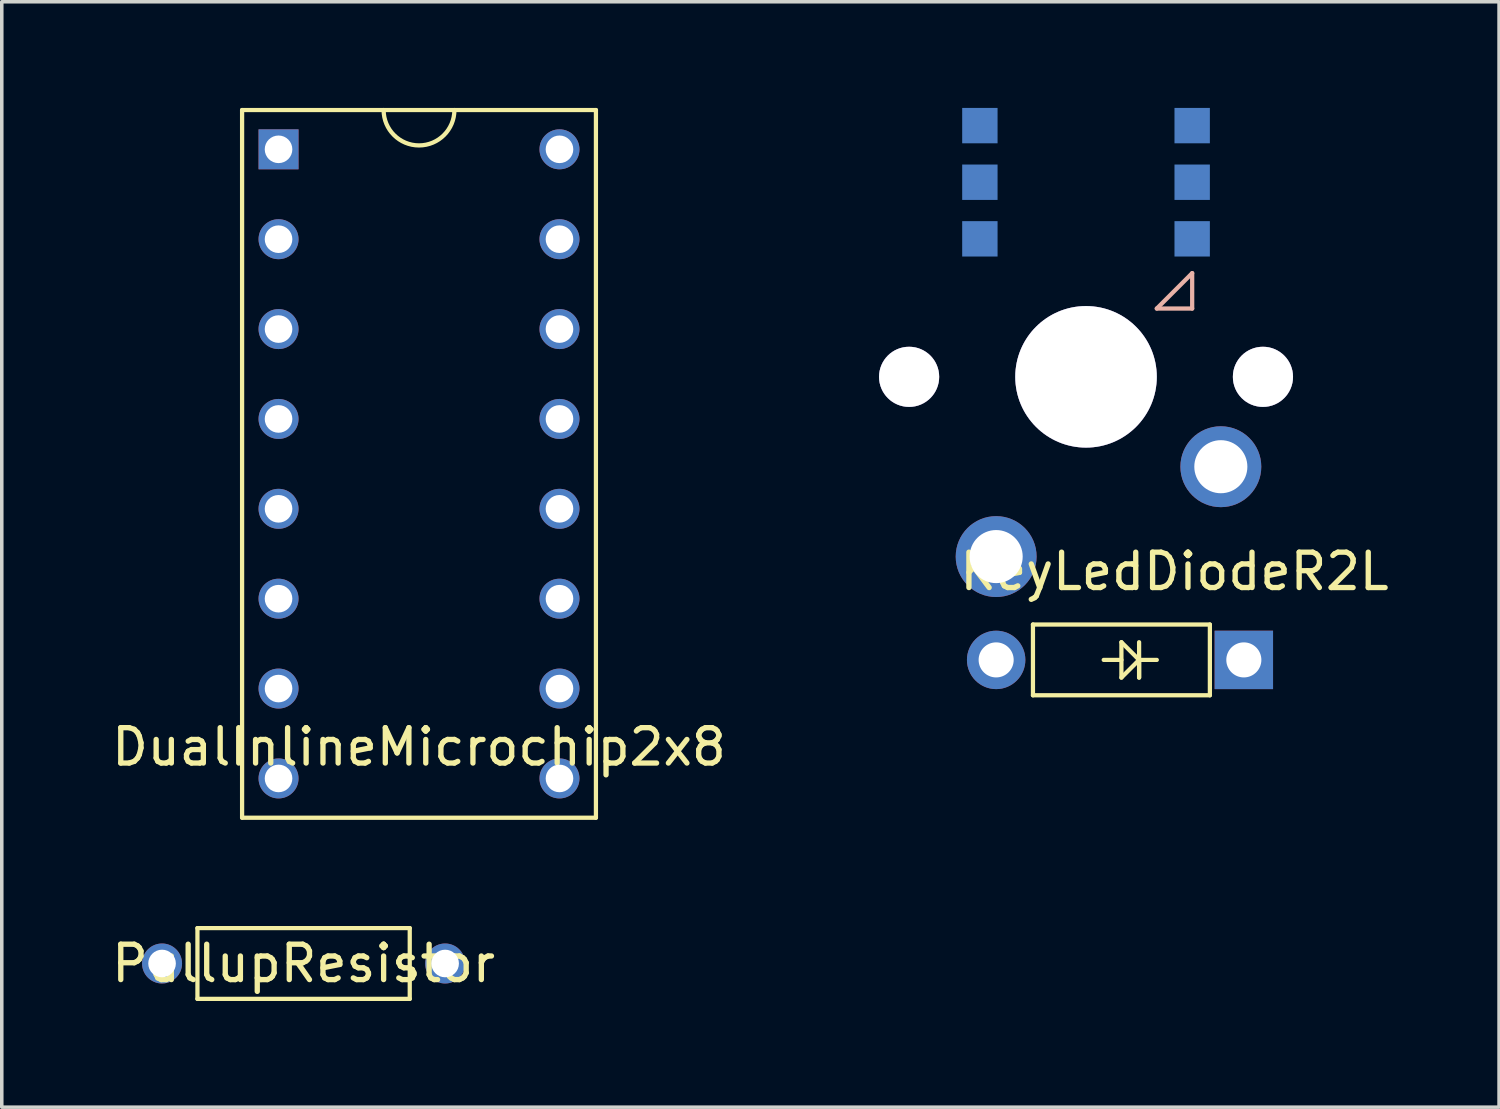
<source format=kicad_pcb>
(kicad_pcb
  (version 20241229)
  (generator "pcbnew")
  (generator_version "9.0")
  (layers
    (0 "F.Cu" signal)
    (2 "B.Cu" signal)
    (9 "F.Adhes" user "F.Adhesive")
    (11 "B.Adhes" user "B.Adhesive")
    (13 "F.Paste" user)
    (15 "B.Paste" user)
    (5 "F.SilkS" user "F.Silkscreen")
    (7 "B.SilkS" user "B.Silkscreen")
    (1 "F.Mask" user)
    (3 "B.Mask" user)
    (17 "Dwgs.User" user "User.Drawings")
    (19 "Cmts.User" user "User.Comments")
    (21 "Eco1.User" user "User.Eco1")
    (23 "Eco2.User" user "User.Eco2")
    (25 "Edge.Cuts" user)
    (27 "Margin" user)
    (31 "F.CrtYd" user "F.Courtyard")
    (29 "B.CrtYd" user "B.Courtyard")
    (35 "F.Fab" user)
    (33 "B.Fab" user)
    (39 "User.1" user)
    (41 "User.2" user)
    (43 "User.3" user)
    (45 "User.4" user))
  (footprint "KeyLedDiodeR2L"
    (layer "F.Cu")
    (at 27.643 7.6)
    (property "Reference" "KeyLedDiodeR2L" (at 2.5 5.5 0) (layer "F.SilkS") (effects (font (size 1 1) (thickness 0.15))))
    (attr through_hole)
    (fp_line (start -1.5 7) (end -1.5 9) (stroke (width 0.12) (type solid)) (layer "F.SilkS"))
    (fp_line (start -1.5 9) (end 3.5 9) (stroke (width 0.12) (type solid)) (layer "F.SilkS"))
    (fp_line (start 1 7.5) (end 1 8.5) (stroke (width 0.12) (type solid)) (layer "F.SilkS"))
    (fp_line (start 1 8) (end 0.5 8) (stroke (width 0.12) (type solid)) (layer "F.SilkS"))
    (fp_line (start 1 8.5) (end 1.5 8) (stroke (width 0.12) (type solid)) (layer "F.SilkS"))
    (fp_line (start 1.5 7.5) (end 1.5 8.5) (stroke (width 0.12) (type solid)) (layer "F.SilkS"))
    (fp_line (start 1.5 8) (end 1 7.5) (stroke (width 0.12) (type solid)) (layer "F.SilkS"))
    (fp_line (start 1.5 8) (end 2 8) (stroke (width 0.12) (type solid)) (layer "F.SilkS"))
    (fp_line (start 1.5 8.5) (end 1.5 8) (stroke (width 0.12) (type solid)) (layer "F.SilkS"))
    (fp_line (start 3.5 7) (end -1.5 7) (stroke (width 0.12) (type solid)) (layer "F.SilkS"))
    (fp_line (start 3.5 9) (end 3.5 7) (stroke (width 0.12) (type solid)) (layer "F.SilkS"))
    (fp_line (start 2 -1.93) (end 3 -1.93) (stroke (width 0.12) (type solid)) (layer "B.SilkS"))
    (fp_line (start 3 -2.93) (end 2 -1.93) (stroke (width 0.12) (type solid)) (layer "B.SilkS"))
    (fp_line (start 3 -1.93) (end 3 -2.93) (stroke (width 0.12) (type solid)) (layer "B.SilkS"))
    (fp_line (start -7 -7) (end 7 -7) (stroke (width 0.12) (type solid)) (layer "Eco1.User"))
    (fp_line (start -7 7) (end -7 -7) (stroke (width 0.12) (type solid)) (layer "Eco1.User"))
    (fp_line (start 7 -7) (end 7 7) (stroke (width 0.12) (type solid)) (layer "Eco1.User"))
    (fp_line (start 7 7) (end -7 7) (stroke (width 0.12) (type solid)) (layer "Eco1.User"))
    (pad "1" thru_hole circle (at 3.81 2.54) (size 2.286 2.286) (drill 1.5) (layers "*.Cu" "*.Mask"))
    (pad "2" thru_hole circle (at -2.54 5.08) (size 2.286 2.286) (drill 1.5) (layers "*.Cu" "*.Mask"))
    (pad "3" thru_hole circle (at -2.54 8) (size 1.651 1.651) (drill 0.991) (layers "*.Cu" "*.Mask"))
    (pad "4" thru_hole rect (at 4.46 8) (size 1.651 1.651) (drill 0.991) (layers "*.Cu" "*.Mask"))
    (pad "5" smd rect (at -3 -7.1) (size 1 1) (layers "B.Cu" "B.Mask" "B.Paste"))
    (pad "6" smd rect (at -3 -5.5) (size 1 1) (layers "B.Cu" "B.Mask" "B.Paste"))
    (pad "7" smd rect (at -3 -3.9) (size 1 1) (layers "B.Cu" "B.Mask" "B.Paste"))
    (pad "8" smd rect (at 3 -7.1) (size 1 1) (layers "B.Cu" "B.Mask" "B.Paste"))
    (pad "9" smd rect (at 3 -5.5) (size 1 1) (layers "B.Cu" "B.Mask" "B.Paste"))
    (pad "10" smd rect (at 3 -3.9) (size 1 1) (layers "B.Cu" "B.Mask" "B.Paste"))
    (pad "HOLE" thru_hole circle (at 0 0) (size 4 4) (drill 4) (layers "*.Cu" "*.Mask"))
    (pad "POST" thru_hole circle (at -5 0) (size 1.7 1.7) (drill 1.7) (layers "*.Cu" "*.Mask"))
    (pad "POST" thru_hole circle (at 5 0) (size 1.7 1.7) (drill 1.7) (layers "*.Cu" "*.Mask")))
  (footprint "DualInlineMicrochip2x8"
    (layer "F.Cu")
    (at 8.792 10.06)
    (property "Reference" "DualInlineMicrochip2x8" (at 0 8 0) (layer "F.SilkS") (effects (font (size 1 1) (thickness 0.15))))
    (attr through_hole)
    (fp_line (start -5 -10) (end 5 -10) (stroke (width 0.12) (type solid)) (layer "F.SilkS"))
    (fp_line (start -5 10) (end -5 -10) (stroke (width 0.12) (type solid)) (layer "F.SilkS"))
    (fp_line (start 5 -10) (end 5 10) (stroke (width 0.12) (type solid)) (layer "F.SilkS"))
    (fp_line (start 5 10) (end -5 10) (stroke (width 0.12) (type solid)) (layer "F.SilkS"))
    (fp_arc (start 1 -10) (mid 0 -9) (end -1 -10) (stroke (width 0.12) (type solid)) (layer "F.SilkS"))
    (pad "1" thru_hole rect (at -3.97 -8.89) (size 1.13 1.13) (drill 0.78) (layers "*.Cu" "*.Mask"))
    (pad "2" thru_hole circle (at -3.97 -6.35) (size 1.13 1.13) (drill 0.78) (layers "*.Cu" "*.Mask"))
    (pad "3" thru_hole circle (at -3.97 -3.81) (size 1.13 1.13) (drill 0.78) (layers "*.Cu" "*.Mask"))
    (pad "4" thru_hole circle (at -3.97 -1.27) (size 1.13 1.13) (drill 0.78) (layers "*.Cu" "*.Mask"))
    (pad "5" thru_hole circle (at -3.97 1.27) (size 1.13 1.13) (drill 0.78) (layers "*.Cu" "*.Mask"))
    (pad "6" thru_hole circle (at -3.97 3.81) (size 1.13 1.13) (drill 0.78) (layers "*.Cu" "*.Mask"))
    (pad "7" thru_hole circle (at -3.97 6.35) (size 1.13 1.13) (drill 0.78) (layers "*.Cu" "*.Mask"))
    (pad "8" thru_hole circle (at -3.97 8.89) (size 1.13 1.13) (drill 0.78) (layers "*.Cu" "*.Mask"))
    (pad "9" thru_hole circle (at 3.97 8.89) (size 1.13 1.13) (drill 0.78) (layers "*.Cu" "*.Mask"))
    (pad "10" thru_hole circle (at 3.97 6.35) (size 1.13 1.13) (drill 0.78) (layers "*.Cu" "*.Mask"))
    (pad "11" thru_hole circle (at 3.97 3.81) (size 1.13 1.13) (drill 0.78) (layers "*.Cu" "*.Mask"))
    (pad "12" thru_hole circle (at 3.97 1.27) (size 1.13 1.13) (drill 0.78) (layers "*.Cu" "*.Mask"))
    (pad "13" thru_hole circle (at 3.97 -1.27) (size 1.13 1.13) (drill 0.78) (layers "*.Cu" "*.Mask"))
    (pad "14" thru_hole circle (at 3.97 -3.81) (size 1.13 1.13) (drill 0.78) (layers "*.Cu" "*.Mask"))
    (pad "15" thru_hole circle (at 3.97 -6.35) (size 1.13 1.13) (drill 0.78) (layers "*.Cu" "*.Mask"))
    (pad "16" thru_hole circle (at 3.97 -8.89) (size 1.13 1.13) (drill 0.78) (layers "*.Cu" "*.Mask")))
  (footprint "PullupResistor"
    (layer "F.Cu")
    (at 5.53 24.18)
    (property "Reference" "PullupResistor" (at 0 0 0) (layer "F.SilkS") (effects (font (size 1 1) (thickness 0.15))))
    (attr through_hole)
    (fp_line (start -3 -1) (end -3 1) (stroke (width 0.12) (type solid)) (layer "F.SilkS"))
    (fp_line (start -3 1) (end 3 1) (stroke (width 0.12) (type solid)) (layer "F.SilkS"))
    (fp_line (start 3 -1) (end -3 -1) (stroke (width 0.12) (type solid)) (layer "F.SilkS"))
    (fp_line (start 3 1) (end 3 -1) (stroke (width 0.12) (type solid)) (layer "F.SilkS"))
    (pad "1" thru_hole circle (at 4 0) (size 1.13 1.13) (drill 0.78) (layers "*.Cu" "*.Mask"))
    (pad "2" thru_hole circle (at -4 0) (size 1.13 1.13) (drill 0.78) (layers "*.Cu" "*.Mask")))
  (gr_rect
    (start -3 -3)
    (end 39.316 28.24)
    (stroke (width 0.1) (type default))
    (fill no)
    (layer "Edge.Cuts")))
</source>
